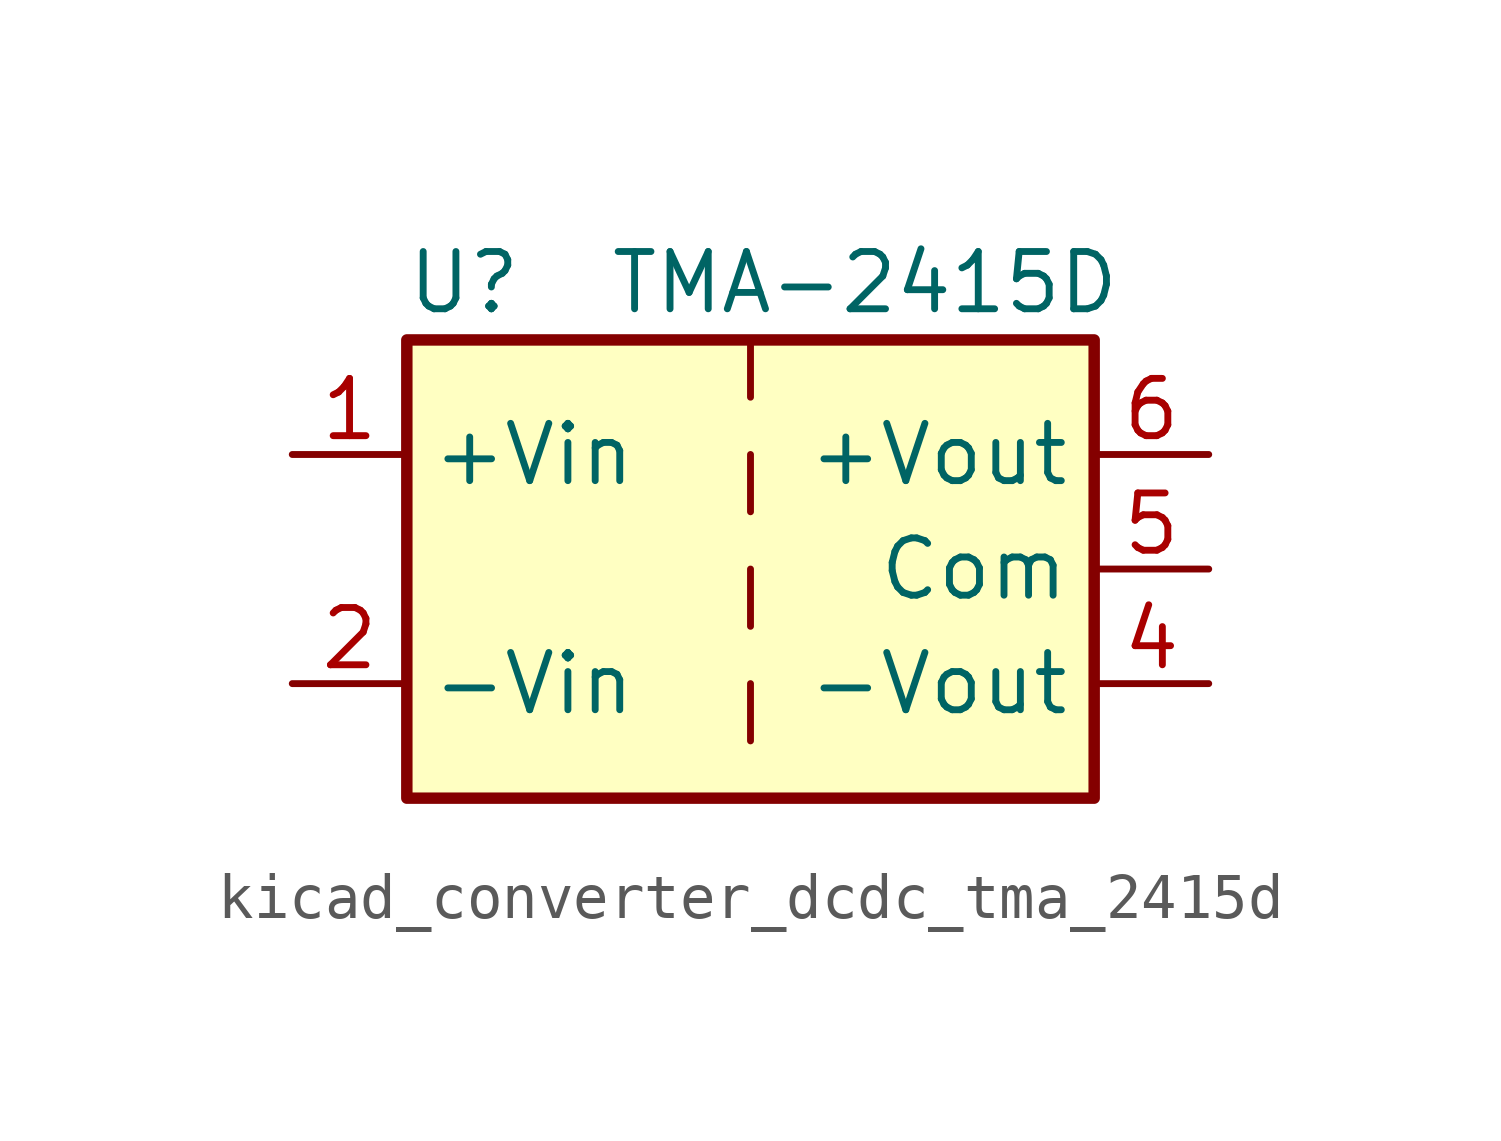
<source format=kicad_sym>
(kicad_symbol_lib
  (version 20220914)
  (generator kicad_symbol_editor)
  (symbol "kicad_converter_dcdc_tma_2415d"
    (property "Reference" "U"
      (at -6.35 6.35 0)
      (effects (font (size 1.27 1.27))))
    (property "Value" "TMA-2415D"
      (at 2.54 6.35 0)
      (effects (font (size 1.27 1.27))))
    (symbol "kicad_converter_dcdc_tma_2415d_0_1"
      (rectangle (start -7.62 5.08) (end 7.62 -5.08) (stroke (width 0.254) (type default)) (fill (type background)))
      (polyline (pts (xy 0 -2.54) (xy 0 -3.81)) (stroke (width 0) (type default)) (fill (type none)))
      (polyline (pts (xy 0 0) (xy 0 -1.27)) (stroke (width 0) (type default)) (fill (type none)))
      (polyline (pts (xy 0 2.54) (xy 0 1.27)) (stroke (width 0) (type default)) (fill (type none)))
      (polyline (pts (xy 0 5.08) (xy 0 3.81)) (stroke (width 0) (type default)) (fill (type none))))
    (symbol "kicad_converter_dcdc_tma_2415d_1_1"
      (pin power_in line (at -10.16 2.54 0) (length 2.54) (name "+Vin" (effects (font (size 1.27 1.27)))) (number "1" (effects (font (size 1.27 1.27)))))
      (pin power_in line (at -10.16 -2.54 0) (length 2.54) (name "-Vin" (effects (font (size 1.27 1.27)))) (number "2" (effects (font (size 1.27 1.27)))))
      (pin power_out line (at 10.16 -2.54 180) (length 2.54) (name "-Vout" (effects (font (size 1.27 1.27)))) (number "4" (effects (font (size 1.27 1.27)))))
      (pin power_out line (at 10.16 0 180) (length 2.54) (name "Com" (effects (font (size 1.27 1.27)))) (number "5" (effects (font (size 1.27 1.27)))))
      (pin power_out line (at 10.16 2.54 180) (length 2.54) (name "+Vout" (effects (font (size 1.27 1.27)))) (number "6" (effects (font (size 1.27 1.27))))))))
</source>
